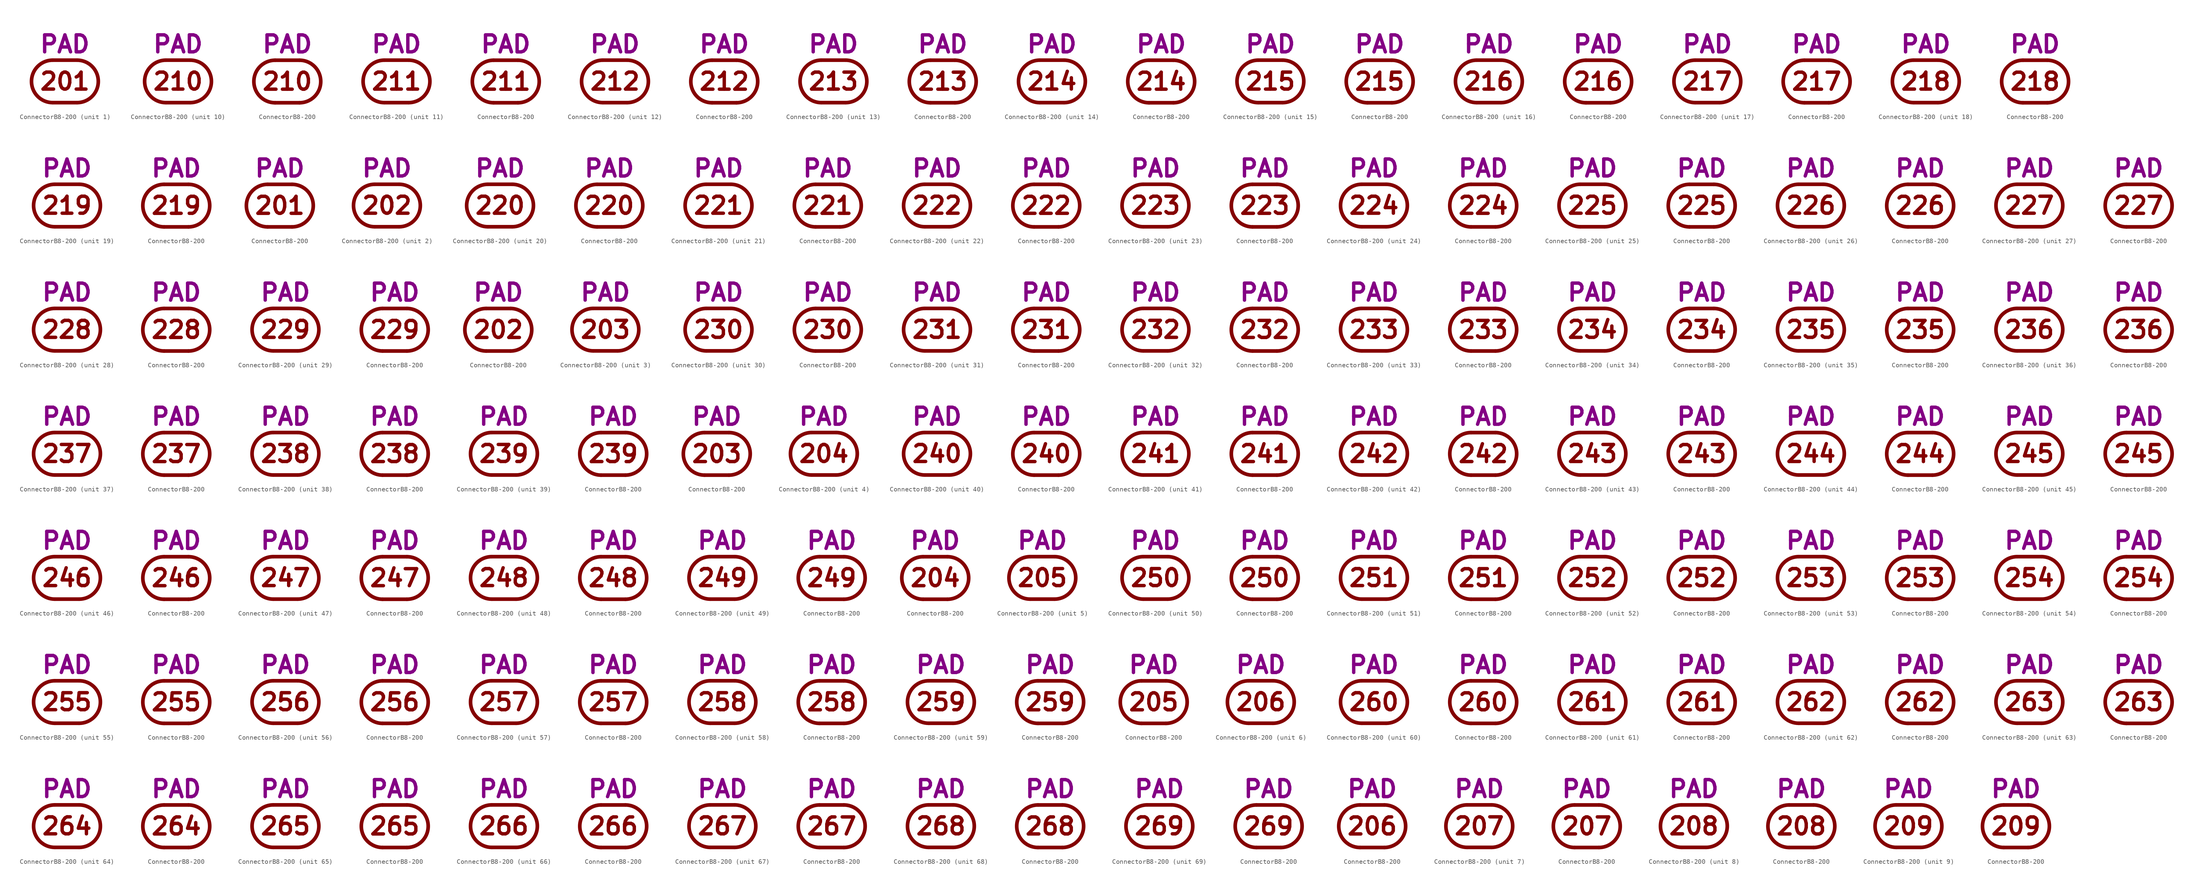
<source format=kicad_sym>
(kicad_symbol_lib
  (version 20211014)
  (generator kicad_symbol_editor)
  (symbol "ConnectorB8-200"
    (pin_numbers hide)
    (pin_names
      (offset 0) hide)
    (property "Reference" "J"
      (at 0 8.255 0)
      (effects (font (size 3.556 3.556)) hide))
    (property "Caption" "PAD"
      (at 0 5.715 0)
      (effects (font (size 3.556 3.556) bold) (justify bottom)))
    (property "ki_locked" ""
      (at 0 0 0)
      (effects (font (size 1.27 1.27))))
    (symbol "ConnectorB8-200_0_0"
      (arc (start -2.54 4.445) (mid -6.985 0) (end -2.54 -4.445) (stroke (width 0.762) (type default) (color 0 0 0 0)) (fill (type none)))
      (polyline (pts (xy -2.54 -4.445) (xy 2.54 -4.445)) (stroke (width 0.762) (type default) (color 0 0 0 0)) (fill (type none)))
      (polyline (pts (xy -2.54 4.445) (xy 2.54 4.445)) (stroke (width 0.762) (type default) (color 0 0 0 0)) (fill (type none)))
      (arc (start 2.54 -4.445) (mid 6.985 0) (end 2.54 4.445) (stroke (width 0.762) (type default) (color 0 0 0 0)) (fill (type none))))
    (symbol "ConnectorB8-200_1_0"
      (text "201" (at 0 0 0) (effects (font (size 3.556 3.556) bold))))
    (symbol "ConnectorB8-200_1_1"
      (pin passive line (at 6.985 0 180) (length 0) (name "201" (effects (font (size 3.556 3.556)))) (number "201" (effects (font (size 3.556 3.556))))))
    (symbol "ConnectorB8-200_1_2"
      (pin passive line (at 0 4.445 270) (length 0) (name "201" (effects (font (size 3.556 3.556)))) (number "201" (effects (font (size 3.556 3.556))))))
    (symbol "ConnectorB8-200_2_0"
      (text "202" (at 0 0 0) (effects (font (size 3.556 3.556) bold))))
    (symbol "ConnectorB8-200_2_1"
      (pin passive line (at 6.985 0 180) (length 0) (name "202" (effects (font (size 3.556 3.556)))) (number "202" (effects (font (size 3.556 3.556))))))
    (symbol "ConnectorB8-200_2_2"
      (pin passive line (at 0 4.445 270) (length 0) (name "202" (effects (font (size 3.556 3.556)))) (number "202" (effects (font (size 3.556 3.556))))))
    (symbol "ConnectorB8-200_3_0"
      (text "203" (at 0 0 0) (effects (font (size 3.556 3.556) bold))))
    (symbol "ConnectorB8-200_3_1"
      (pin passive line (at 6.985 0 180) (length 0) (name "203" (effects (font (size 3.556 3.556)))) (number "203" (effects (font (size 3.556 3.556))))))
    (symbol "ConnectorB8-200_3_2"
      (pin passive line (at 0 4.445 270) (length 0) (name "203" (effects (font (size 3.556 3.556)))) (number "203" (effects (font (size 3.556 3.556))))))
    (symbol "ConnectorB8-200_4_0"
      (text "204" (at 0 0 0) (effects (font (size 3.556 3.556) bold))))
    (symbol "ConnectorB8-200_4_1"
      (pin passive line (at 6.985 0 180) (length 0) (name "204" (effects (font (size 3.556 3.556)))) (number "204" (effects (font (size 3.556 3.556))))))
    (symbol "ConnectorB8-200_4_2"
      (pin passive line (at 0 4.445 270) (length 0) (name "204" (effects (font (size 3.556 3.556)))) (number "204" (effects (font (size 3.556 3.556))))))
    (symbol "ConnectorB8-200_5_0"
      (text "205" (at 0 0 0) (effects (font (size 3.556 3.556) bold))))
    (symbol "ConnectorB8-200_5_1"
      (pin passive line (at 6.985 0 180) (length 0) (name "205" (effects (font (size 3.556 3.556)))) (number "205" (effects (font (size 3.556 3.556))))))
    (symbol "ConnectorB8-200_5_2"
      (pin passive line (at 0 4.445 270) (length 0) (name "205" (effects (font (size 3.556 3.556)))) (number "205" (effects (font (size 3.556 3.556))))))
    (symbol "ConnectorB8-200_6_0"
      (text "206" (at 0 0 0) (effects (font (size 3.556 3.556) bold))))
    (symbol "ConnectorB8-200_6_1"
      (pin passive line (at 6.985 0 180) (length 0) (name "206" (effects (font (size 3.556 3.556)))) (number "206" (effects (font (size 3.556 3.556))))))
    (symbol "ConnectorB8-200_6_2"
      (pin passive line (at 0 4.445 270) (length 0) (name "206" (effects (font (size 3.556 3.556)))) (number "206" (effects (font (size 3.556 3.556))))))
    (symbol "ConnectorB8-200_7_0"
      (text "207" (at 0 0 0) (effects (font (size 3.556 3.556) bold))))
    (symbol "ConnectorB8-200_7_1"
      (pin passive line (at 6.985 0 180) (length 0) (name "207" (effects (font (size 3.556 3.556)))) (number "207" (effects (font (size 3.556 3.556))))))
    (symbol "ConnectorB8-200_7_2"
      (pin passive line (at 0 4.445 270) (length 0) (name "207" (effects (font (size 3.556 3.556)))) (number "207" (effects (font (size 3.556 3.556))))))
    (symbol "ConnectorB8-200_8_0"
      (text "208" (at 0 0 0) (effects (font (size 3.556 3.556) bold))))
    (symbol "ConnectorB8-200_8_1"
      (pin passive line (at 6.985 0 180) (length 0) (name "208" (effects (font (size 3.556 3.556)))) (number "208" (effects (font (size 3.556 3.556))))))
    (symbol "ConnectorB8-200_8_2"
      (pin passive line (at 0 4.445 270) (length 0) (name "208" (effects (font (size 3.556 3.556)))) (number "208" (effects (font (size 3.556 3.556))))))
    (symbol "ConnectorB8-200_9_0"
      (text "209" (at 0 0 0) (effects (font (size 3.556 3.556) bold))))
    (symbol "ConnectorB8-200_9_1"
      (pin passive line (at 6.985 0 180) (length 0) (name "209" (effects (font (size 3.556 3.556)))) (number "209" (effects (font (size 3.556 3.556))))))
    (symbol "ConnectorB8-200_9_2"
      (pin passive line (at 0 4.445 270) (length 0) (name "209" (effects (font (size 3.556 3.556)))) (number "209" (effects (font (size 3.556 3.556))))))
    (symbol "ConnectorB8-200_10_0"
      (text "210" (at 0 0 0) (effects (font (size 3.556 3.556) bold))))
    (symbol "ConnectorB8-200_10_1"
      (pin passive line (at 6.985 0 180) (length 0) (name "210" (effects (font (size 3.556 3.556)))) (number "210" (effects (font (size 3.556 3.556))))))
    (symbol "ConnectorB8-200_10_2"
      (pin passive line (at 0 4.445 270) (length 0) (name "210" (effects (font (size 3.556 3.556)))) (number "210" (effects (font (size 3.556 3.556))))))
    (symbol "ConnectorB8-200_11_0"
      (text "211" (at 0 0 0) (effects (font (size 3.556 3.556) bold))))
    (symbol "ConnectorB8-200_11_1"
      (pin passive line (at 6.985 0 180) (length 0) (name "211" (effects (font (size 3.556 3.556)))) (number "211" (effects (font (size 3.556 3.556))))))
    (symbol "ConnectorB8-200_11_2"
      (pin passive line (at 0 4.445 270) (length 0) (name "211" (effects (font (size 3.556 3.556)))) (number "211" (effects (font (size 3.556 3.556))))))
    (symbol "ConnectorB8-200_12_0"
      (text "212" (at 0 0 0) (effects (font (size 3.556 3.556) bold))))
    (symbol "ConnectorB8-200_12_1"
      (pin passive line (at 6.985 0 180) (length 0) (name "212" (effects (font (size 3.556 3.556)))) (number "212" (effects (font (size 3.556 3.556))))))
    (symbol "ConnectorB8-200_12_2"
      (pin passive line (at 0 4.445 270) (length 0) (name "212" (effects (font (size 3.556 3.556)))) (number "212" (effects (font (size 3.556 3.556))))))
    (symbol "ConnectorB8-200_13_0"
      (text "213" (at 0 0 0) (effects (font (size 3.556 3.556) bold))))
    (symbol "ConnectorB8-200_13_1"
      (pin passive line (at 6.985 0 180) (length 0) (name "213" (effects (font (size 3.556 3.556)))) (number "213" (effects (font (size 3.556 3.556))))))
    (symbol "ConnectorB8-200_13_2"
      (pin passive line (at 0 4.445 270) (length 0) (name "213" (effects (font (size 3.556 3.556)))) (number "213" (effects (font (size 3.556 3.556))))))
    (symbol "ConnectorB8-200_14_0"
      (text "214" (at 0 0 0) (effects (font (size 3.556 3.556) bold))))
    (symbol "ConnectorB8-200_14_1"
      (pin passive line (at 6.985 0 180) (length 0) (name "214" (effects (font (size 3.556 3.556)))) (number "214" (effects (font (size 3.556 3.556))))))
    (symbol "ConnectorB8-200_14_2"
      (pin passive line (at 0 4.445 270) (length 0) (name "214" (effects (font (size 3.556 3.556)))) (number "214" (effects (font (size 3.556 3.556))))))
    (symbol "ConnectorB8-200_15_0"
      (text "215" (at 0 0 0) (effects (font (size 3.556 3.556) bold))))
    (symbol "ConnectorB8-200_15_1"
      (pin passive line (at 6.985 0 180) (length 0) (name "215" (effects (font (size 3.556 3.556)))) (number "215" (effects (font (size 3.556 3.556))))))
    (symbol "ConnectorB8-200_15_2"
      (pin passive line (at 0 4.445 270) (length 0) (name "215" (effects (font (size 3.556 3.556)))) (number "215" (effects (font (size 3.556 3.556))))))
    (symbol "ConnectorB8-200_16_0"
      (text "216" (at 0 0 0) (effects (font (size 3.556 3.556) bold))))
    (symbol "ConnectorB8-200_16_1"
      (pin passive line (at 6.985 0 180) (length 0) (name "216" (effects (font (size 3.556 3.556)))) (number "216" (effects (font (size 3.556 3.556))))))
    (symbol "ConnectorB8-200_16_2"
      (pin passive line (at 0 4.445 270) (length 0) (name "216" (effects (font (size 3.556 3.556)))) (number "216" (effects (font (size 3.556 3.556))))))
    (symbol "ConnectorB8-200_17_0"
      (text "217" (at 0 0 0) (effects (font (size 3.556 3.556) bold))))
    (symbol "ConnectorB8-200_17_1"
      (pin passive line (at 6.985 0 180) (length 0) (name "217" (effects (font (size 3.556 3.556)))) (number "217" (effects (font (size 3.556 3.556))))))
    (symbol "ConnectorB8-200_17_2"
      (pin passive line (at 0 4.445 270) (length 0) (name "217" (effects (font (size 3.556 3.556)))) (number "217" (effects (font (size 3.556 3.556))))))
    (symbol "ConnectorB8-200_18_0"
      (text "218" (at 0 0 0) (effects (font (size 3.556 3.556) bold))))
    (symbol "ConnectorB8-200_18_1"
      (pin passive line (at 6.985 0 180) (length 0) (name "218" (effects (font (size 3.556 3.556)))) (number "218" (effects (font (size 3.556 3.556))))))
    (symbol "ConnectorB8-200_18_2"
      (pin passive line (at 0 4.445 270) (length 0) (name "218" (effects (font (size 3.556 3.556)))) (number "218" (effects (font (size 3.556 3.556))))))
    (symbol "ConnectorB8-200_19_0"
      (text "219" (at 0 0 0) (effects (font (size 3.556 3.556) bold))))
    (symbol "ConnectorB8-200_19_1"
      (pin passive line (at 6.985 0 180) (length 0) (name "219" (effects (font (size 3.556 3.556)))) (number "219" (effects (font (size 3.556 3.556))))))
    (symbol "ConnectorB8-200_19_2"
      (pin passive line (at 0 4.445 270) (length 0) (name "219" (effects (font (size 3.556 3.556)))) (number "219" (effects (font (size 3.556 3.556))))))
    (symbol "ConnectorB8-200_20_0"
      (text "220" (at 0 0 0) (effects (font (size 3.556 3.556) bold))))
    (symbol "ConnectorB8-200_20_1"
      (pin passive line (at 6.985 0 180) (length 0) (name "220" (effects (font (size 3.556 3.556)))) (number "220" (effects (font (size 3.556 3.556))))))
    (symbol "ConnectorB8-200_20_2"
      (pin passive line (at 0 4.445 270) (length 0) (name "220" (effects (font (size 3.556 3.556)))) (number "220" (effects (font (size 3.556 3.556))))))
    (symbol "ConnectorB8-200_21_0"
      (text "221" (at 0 0 0) (effects (font (size 3.556 3.556) bold))))
    (symbol "ConnectorB8-200_21_1"
      (pin passive line (at 6.985 0 180) (length 0) (name "221" (effects (font (size 3.556 3.556)))) (number "221" (effects (font (size 3.556 3.556))))))
    (symbol "ConnectorB8-200_21_2"
      (pin passive line (at 0 4.445 270) (length 0) (name "221" (effects (font (size 3.556 3.556)))) (number "221" (effects (font (size 3.556 3.556))))))
    (symbol "ConnectorB8-200_22_0"
      (text "222" (at 0 0 0) (effects (font (size 3.556 3.556) bold))))
    (symbol "ConnectorB8-200_22_1"
      (pin passive line (at 6.985 0 180) (length 0) (name "222" (effects (font (size 3.556 3.556)))) (number "222" (effects (font (size 3.556 3.556))))))
    (symbol "ConnectorB8-200_22_2"
      (pin passive line (at 0 4.445 270) (length 0) (name "222" (effects (font (size 3.556 3.556)))) (number "222" (effects (font (size 3.556 3.556))))))
    (symbol "ConnectorB8-200_23_0"
      (text "223" (at 0 0 0) (effects (font (size 3.556 3.556) bold))))
    (symbol "ConnectorB8-200_23_1"
      (pin passive line (at 6.985 0 180) (length 0) (name "223" (effects (font (size 3.556 3.556)))) (number "223" (effects (font (size 3.556 3.556))))))
    (symbol "ConnectorB8-200_23_2"
      (pin passive line (at 0 4.445 270) (length 0) (name "223" (effects (font (size 3.556 3.556)))) (number "223" (effects (font (size 3.556 3.556))))))
    (symbol "ConnectorB8-200_24_0"
      (text "224" (at 0 0 0) (effects (font (size 3.556 3.556) bold))))
    (symbol "ConnectorB8-200_24_1"
      (pin passive line (at 6.985 0 180) (length 0) (name "224" (effects (font (size 3.556 3.556)))) (number "224" (effects (font (size 3.556 3.556))))))
    (symbol "ConnectorB8-200_24_2"
      (pin passive line (at 0 4.445 270) (length 0) (name "224" (effects (font (size 3.556 3.556)))) (number "224" (effects (font (size 3.556 3.556))))))
    (symbol "ConnectorB8-200_25_0"
      (text "225" (at 0 0 0) (effects (font (size 3.556 3.556) bold))))
    (symbol "ConnectorB8-200_25_1"
      (pin passive line (at 6.985 0 180) (length 0) (name "225" (effects (font (size 3.556 3.556)))) (number "225" (effects (font (size 3.556 3.556))))))
    (symbol "ConnectorB8-200_25_2"
      (pin passive line (at 0 4.445 270) (length 0) (name "225" (effects (font (size 3.556 3.556)))) (number "225" (effects (font (size 3.556 3.556))))))
    (symbol "ConnectorB8-200_26_0"
      (text "226" (at 0 0 0) (effects (font (size 3.556 3.556) bold))))
    (symbol "ConnectorB8-200_26_1"
      (pin passive line (at 6.985 0 180) (length 0) (name "226" (effects (font (size 3.556 3.556)))) (number "226" (effects (font (size 3.556 3.556))))))
    (symbol "ConnectorB8-200_26_2"
      (pin passive line (at 0 4.445 270) (length 0) (name "226" (effects (font (size 3.556 3.556)))) (number "226" (effects (font (size 3.556 3.556))))))
    (symbol "ConnectorB8-200_27_0"
      (text "227" (at 0 0 0) (effects (font (size 3.556 3.556) bold))))
    (symbol "ConnectorB8-200_27_1"
      (pin passive line (at 6.985 0 180) (length 0) (name "227" (effects (font (size 3.556 3.556)))) (number "227" (effects (font (size 3.556 3.556))))))
    (symbol "ConnectorB8-200_27_2"
      (pin passive line (at 0 4.445 270) (length 0) (name "227" (effects (font (size 3.556 3.556)))) (number "227" (effects (font (size 3.556 3.556))))))
    (symbol "ConnectorB8-200_28_0"
      (text "228" (at 0 0 0) (effects (font (size 3.556 3.556) bold))))
    (symbol "ConnectorB8-200_28_1"
      (pin passive line (at 6.985 0 180) (length 0) (name "228" (effects (font (size 3.556 3.556)))) (number "228" (effects (font (size 3.556 3.556))))))
    (symbol "ConnectorB8-200_28_2"
      (pin passive line (at 0 4.445 270) (length 0) (name "228" (effects (font (size 3.556 3.556)))) (number "228" (effects (font (size 3.556 3.556))))))
    (symbol "ConnectorB8-200_29_0"
      (text "229" (at 0 0 0) (effects (font (size 3.556 3.556) bold))))
    (symbol "ConnectorB8-200_29_1"
      (pin passive line (at 6.985 0 180) (length 0) (name "229" (effects (font (size 3.556 3.556)))) (number "229" (effects (font (size 3.556 3.556))))))
    (symbol "ConnectorB8-200_29_2"
      (pin passive line (at 0 4.445 270) (length 0) (name "229" (effects (font (size 3.556 3.556)))) (number "229" (effects (font (size 3.556 3.556))))))
    (symbol "ConnectorB8-200_30_0"
      (text "230" (at 0 0 0) (effects (font (size 3.556 3.556) bold))))
    (symbol "ConnectorB8-200_30_1"
      (pin passive line (at 6.985 0 180) (length 0) (name "230" (effects (font (size 3.556 3.556)))) (number "230" (effects (font (size 3.556 3.556))))))
    (symbol "ConnectorB8-200_30_2"
      (pin passive line (at 0 4.445 270) (length 0) (name "230" (effects (font (size 3.556 3.556)))) (number "230" (effects (font (size 3.556 3.556))))))
    (symbol "ConnectorB8-200_31_0"
      (text "231" (at 0 0 0) (effects (font (size 3.556 3.556) bold))))
    (symbol "ConnectorB8-200_31_1"
      (pin passive line (at 6.985 0 180) (length 0) (name "231" (effects (font (size 3.556 3.556)))) (number "231" (effects (font (size 3.556 3.556))))))
    (symbol "ConnectorB8-200_31_2"
      (pin passive line (at 0 4.445 270) (length 0) (name "231" (effects (font (size 3.556 3.556)))) (number "231" (effects (font (size 3.556 3.556))))))
    (symbol "ConnectorB8-200_32_0"
      (text "232" (at 0 0 0) (effects (font (size 3.556 3.556) bold))))
    (symbol "ConnectorB8-200_32_1"
      (pin passive line (at 6.985 0 180) (length 0) (name "232" (effects (font (size 3.556 3.556)))) (number "232" (effects (font (size 3.556 3.556))))))
    (symbol "ConnectorB8-200_32_2"
      (pin passive line (at 0 4.445 270) (length 0) (name "232" (effects (font (size 3.556 3.556)))) (number "232" (effects (font (size 3.556 3.556))))))
    (symbol "ConnectorB8-200_33_0"
      (text "233" (at 0 0 0) (effects (font (size 3.556 3.556) bold))))
    (symbol "ConnectorB8-200_33_1"
      (pin passive line (at 6.985 0 180) (length 0) (name "233" (effects (font (size 3.556 3.556)))) (number "233" (effects (font (size 3.556 3.556))))))
    (symbol "ConnectorB8-200_33_2"
      (pin passive line (at 0 4.445 270) (length 0) (name "233" (effects (font (size 3.556 3.556)))) (number "233" (effects (font (size 3.556 3.556))))))
    (symbol "ConnectorB8-200_34_0"
      (text "234" (at 0 0 0) (effects (font (size 3.556 3.556) bold))))
    (symbol "ConnectorB8-200_34_1"
      (pin passive line (at 6.985 0 180) (length 0) (name "234" (effects (font (size 3.556 3.556)))) (number "234" (effects (font (size 3.556 3.556))))))
    (symbol "ConnectorB8-200_34_2"
      (pin passive line (at 0 4.445 270) (length 0) (name "234" (effects (font (size 3.556 3.556)))) (number "234" (effects (font (size 3.556 3.556))))))
    (symbol "ConnectorB8-200_35_0"
      (text "235" (at 0 0 0) (effects (font (size 3.556 3.556) bold))))
    (symbol "ConnectorB8-200_35_1"
      (pin passive line (at 6.985 0 180) (length 0) (name "235" (effects (font (size 3.556 3.556)))) (number "235" (effects (font (size 3.556 3.556))))))
    (symbol "ConnectorB8-200_35_2"
      (pin passive line (at 0 4.445 270) (length 0) (name "235" (effects (font (size 3.556 3.556)))) (number "235" (effects (font (size 3.556 3.556))))))
    (symbol "ConnectorB8-200_36_0"
      (text "236" (at 0 0 0) (effects (font (size 3.556 3.556) bold))))
    (symbol "ConnectorB8-200_36_1"
      (pin passive line (at 6.985 0 180) (length 0) (name "236" (effects (font (size 3.556 3.556)))) (number "236" (effects (font (size 3.556 3.556))))))
    (symbol "ConnectorB8-200_36_2"
      (pin passive line (at 0 4.445 270) (length 0) (name "236" (effects (font (size 3.556 3.556)))) (number "236" (effects (font (size 3.556 3.556))))))
    (symbol "ConnectorB8-200_37_0"
      (text "237" (at 0 0 0) (effects (font (size 3.556 3.556) bold))))
    (symbol "ConnectorB8-200_37_1"
      (pin passive line (at 6.985 0 180) (length 0) (name "237" (effects (font (size 3.556 3.556)))) (number "237" (effects (font (size 3.556 3.556))))))
    (symbol "ConnectorB8-200_37_2"
      (pin passive line (at 0 4.445 270) (length 0) (name "237" (effects (font (size 3.556 3.556)))) (number "237" (effects (font (size 3.556 3.556))))))
    (symbol "ConnectorB8-200_38_0"
      (text "238" (at 0 0 0) (effects (font (size 3.556 3.556) bold))))
    (symbol "ConnectorB8-200_38_1"
      (pin passive line (at 6.985 0 180) (length 0) (name "238" (effects (font (size 3.556 3.556)))) (number "238" (effects (font (size 3.556 3.556))))))
    (symbol "ConnectorB8-200_38_2"
      (pin passive line (at 0 4.445 270) (length 0) (name "238" (effects (font (size 3.556 3.556)))) (number "238" (effects (font (size 3.556 3.556))))))
    (symbol "ConnectorB8-200_39_0"
      (text "239" (at 0 0 0) (effects (font (size 3.556 3.556) bold))))
    (symbol "ConnectorB8-200_39_1"
      (pin passive line (at 6.985 0 180) (length 0) (name "239" (effects (font (size 3.556 3.556)))) (number "239" (effects (font (size 3.556 3.556))))))
    (symbol "ConnectorB8-200_39_2"
      (pin passive line (at 0 4.445 270) (length 0) (name "239" (effects (font (size 3.556 3.556)))) (number "239" (effects (font (size 3.556 3.556))))))
    (symbol "ConnectorB8-200_40_0"
      (text "240" (at 0 0 0) (effects (font (size 3.556 3.556) bold))))
    (symbol "ConnectorB8-200_40_1"
      (pin passive line (at 6.985 0 180) (length 0) (name "240" (effects (font (size 3.556 3.556)))) (number "240" (effects (font (size 3.556 3.556))))))
    (symbol "ConnectorB8-200_40_2"
      (pin passive line (at 0 4.445 270) (length 0) (name "240" (effects (font (size 3.556 3.556)))) (number "240" (effects (font (size 3.556 3.556))))))
    (symbol "ConnectorB8-200_41_0"
      (text "241" (at 0 0 0) (effects (font (size 3.556 3.556) bold))))
    (symbol "ConnectorB8-200_41_1"
      (pin passive line (at 6.985 0 180) (length 0) (name "241" (effects (font (size 3.556 3.556)))) (number "241" (effects (font (size 3.556 3.556))))))
    (symbol "ConnectorB8-200_41_2"
      (pin passive line (at 0 4.445 270) (length 0) (name "241" (effects (font (size 3.556 3.556)))) (number "241" (effects (font (size 3.556 3.556))))))
    (symbol "ConnectorB8-200_42_0"
      (text "242" (at 0 0 0) (effects (font (size 3.556 3.556) bold))))
    (symbol "ConnectorB8-200_42_1"
      (pin passive line (at 6.985 0 180) (length 0) (name "242" (effects (font (size 3.556 3.556)))) (number "242" (effects (font (size 3.556 3.556))))))
    (symbol "ConnectorB8-200_42_2"
      (pin passive line (at 0 4.445 270) (length 0) (name "242" (effects (font (size 3.556 3.556)))) (number "242" (effects (font (size 3.556 3.556))))))
    (symbol "ConnectorB8-200_43_0"
      (text "243" (at 0 0 0) (effects (font (size 3.556 3.556) bold))))
    (symbol "ConnectorB8-200_43_1"
      (pin passive line (at 6.985 0 180) (length 0) (name "243" (effects (font (size 3.556 3.556)))) (number "243" (effects (font (size 3.556 3.556))))))
    (symbol "ConnectorB8-200_43_2"
      (pin passive line (at 0 4.445 270) (length 0) (name "243" (effects (font (size 3.556 3.556)))) (number "243" (effects (font (size 3.556 3.556))))))
    (symbol "ConnectorB8-200_44_0"
      (text "244" (at 0 0 0) (effects (font (size 3.556 3.556) bold))))
    (symbol "ConnectorB8-200_44_1"
      (pin passive line (at 6.985 0 180) (length 0) (name "244" (effects (font (size 3.556 3.556)))) (number "244" (effects (font (size 3.556 3.556))))))
    (symbol "ConnectorB8-200_44_2"
      (pin passive line (at 0 4.445 270) (length 0) (name "244" (effects (font (size 3.556 3.556)))) (number "244" (effects (font (size 3.556 3.556))))))
    (symbol "ConnectorB8-200_45_0"
      (text "245" (at 0 0 0) (effects (font (size 3.556 3.556) bold))))
    (symbol "ConnectorB8-200_45_1"
      (pin passive line (at 6.985 0 180) (length 0) (name "245" (effects (font (size 3.556 3.556)))) (number "245" (effects (font (size 3.556 3.556))))))
    (symbol "ConnectorB8-200_45_2"
      (pin passive line (at 0 4.445 270) (length 0) (name "245" (effects (font (size 3.556 3.556)))) (number "245" (effects (font (size 3.556 3.556))))))
    (symbol "ConnectorB8-200_46_0"
      (text "246" (at 0 0 0) (effects (font (size 3.556 3.556) bold))))
    (symbol "ConnectorB8-200_46_1"
      (pin passive line (at 6.985 0 180) (length 0) (name "246" (effects (font (size 3.556 3.556)))) (number "246" (effects (font (size 3.556 3.556))))))
    (symbol "ConnectorB8-200_46_2"
      (pin passive line (at 0 4.445 270) (length 0) (name "246" (effects (font (size 3.556 3.556)))) (number "246" (effects (font (size 3.556 3.556))))))
    (symbol "ConnectorB8-200_47_0"
      (text "247" (at 0 0 0) (effects (font (size 3.556 3.556) bold))))
    (symbol "ConnectorB8-200_47_1"
      (pin passive line (at 6.985 0 180) (length 0) (name "247" (effects (font (size 3.556 3.556)))) (number "247" (effects (font (size 3.556 3.556))))))
    (symbol "ConnectorB8-200_47_2"
      (pin passive line (at 0 4.445 270) (length 0) (name "247" (effects (font (size 3.556 3.556)))) (number "247" (effects (font (size 3.556 3.556))))))
    (symbol "ConnectorB8-200_48_0"
      (text "248" (at 0 0 0) (effects (font (size 3.556 3.556) bold))))
    (symbol "ConnectorB8-200_48_1"
      (pin passive line (at 6.985 0 180) (length 0) (name "248" (effects (font (size 3.556 3.556)))) (number "248" (effects (font (size 3.556 3.556))))))
    (symbol "ConnectorB8-200_48_2"
      (pin passive line (at 0 4.445 270) (length 0) (name "248" (effects (font (size 3.556 3.556)))) (number "248" (effects (font (size 3.556 3.556))))))
    (symbol "ConnectorB8-200_49_0"
      (text "249" (at 0 0 0) (effects (font (size 3.556 3.556) bold))))
    (symbol "ConnectorB8-200_49_1"
      (pin passive line (at 6.985 0 180) (length 0) (name "249" (effects (font (size 3.556 3.556)))) (number "249" (effects (font (size 3.556 3.556))))))
    (symbol "ConnectorB8-200_49_2"
      (pin passive line (at 0 4.445 270) (length 0) (name "249" (effects (font (size 3.556 3.556)))) (number "249" (effects (font (size 3.556 3.556))))))
    (symbol "ConnectorB8-200_50_0"
      (text "250" (at 0 0 0) (effects (font (size 3.556 3.556) bold))))
    (symbol "ConnectorB8-200_50_1"
      (pin passive line (at 6.985 0 180) (length 0) (name "250" (effects (font (size 3.556 3.556)))) (number "250" (effects (font (size 3.556 3.556))))))
    (symbol "ConnectorB8-200_50_2"
      (pin passive line (at 0 4.445 270) (length 0) (name "250" (effects (font (size 3.556 3.556)))) (number "250" (effects (font (size 3.556 3.556))))))
    (symbol "ConnectorB8-200_51_0"
      (text "251" (at 0 0 0) (effects (font (size 3.556 3.556) bold))))
    (symbol "ConnectorB8-200_51_1"
      (pin passive line (at 6.985 0 180) (length 0) (name "251" (effects (font (size 3.556 3.556)))) (number "251" (effects (font (size 3.556 3.556))))))
    (symbol "ConnectorB8-200_51_2"
      (pin passive line (at 0 4.445 270) (length 0) (name "251" (effects (font (size 3.556 3.556)))) (number "251" (effects (font (size 3.556 3.556))))))
    (symbol "ConnectorB8-200_52_0"
      (text "252" (at 0 0 0) (effects (font (size 3.556 3.556) bold))))
    (symbol "ConnectorB8-200_52_1"
      (pin passive line (at 6.985 0 180) (length 0) (name "252" (effects (font (size 3.556 3.556)))) (number "252" (effects (font (size 3.556 3.556))))))
    (symbol "ConnectorB8-200_52_2"
      (pin passive line (at 0 4.445 270) (length 0) (name "252" (effects (font (size 3.556 3.556)))) (number "252" (effects (font (size 3.556 3.556))))))
    (symbol "ConnectorB8-200_53_0"
      (text "253" (at 0 0 0) (effects (font (size 3.556 3.556) bold))))
    (symbol "ConnectorB8-200_53_1"
      (pin passive line (at 6.985 0 180) (length 0) (name "253" (effects (font (size 3.556 3.556)))) (number "253" (effects (font (size 3.556 3.556))))))
    (symbol "ConnectorB8-200_53_2"
      (pin passive line (at 0 4.445 270) (length 0) (name "253" (effects (font (size 3.556 3.556)))) (number "253" (effects (font (size 3.556 3.556))))))
    (symbol "ConnectorB8-200_54_0"
      (text "254" (at 0 0 0) (effects (font (size 3.556 3.556) bold))))
    (symbol "ConnectorB8-200_54_1"
      (pin passive line (at 6.985 0 180) (length 0) (name "254" (effects (font (size 3.556 3.556)))) (number "254" (effects (font (size 3.556 3.556))))))
    (symbol "ConnectorB8-200_54_2"
      (pin passive line (at 0 4.445 270) (length 0) (name "254" (effects (font (size 3.556 3.556)))) (number "254" (effects (font (size 3.556 3.556))))))
    (symbol "ConnectorB8-200_55_0"
      (text "255" (at 0 0 0) (effects (font (size 3.556 3.556) bold))))
    (symbol "ConnectorB8-200_55_1"
      (pin passive line (at 6.985 0 180) (length 0) (name "255" (effects (font (size 3.556 3.556)))) (number "255" (effects (font (size 3.556 3.556))))))
    (symbol "ConnectorB8-200_55_2"
      (pin passive line (at 0 4.445 270) (length 0) (name "255" (effects (font (size 3.556 3.556)))) (number "255" (effects (font (size 3.556 3.556))))))
    (symbol "ConnectorB8-200_56_0"
      (text "256" (at 0 0 0) (effects (font (size 3.556 3.556) bold))))
    (symbol "ConnectorB8-200_56_1"
      (pin passive line (at 6.985 0 180) (length 0) (name "256" (effects (font (size 3.556 3.556)))) (number "256" (effects (font (size 3.556 3.556))))))
    (symbol "ConnectorB8-200_56_2"
      (pin passive line (at 0 4.445 270) (length 0) (name "256" (effects (font (size 3.556 3.556)))) (number "256" (effects (font (size 3.556 3.556))))))
    (symbol "ConnectorB8-200_57_0"
      (text "257" (at 0 0 0) (effects (font (size 3.556 3.556) bold))))
    (symbol "ConnectorB8-200_57_1"
      (pin passive line (at 6.985 0 180) (length 0) (name "257" (effects (font (size 3.556 3.556)))) (number "257" (effects (font (size 3.556 3.556))))))
    (symbol "ConnectorB8-200_57_2"
      (pin passive line (at 0 4.445 270) (length 0) (name "257" (effects (font (size 3.556 3.556)))) (number "257" (effects (font (size 3.556 3.556))))))
    (symbol "ConnectorB8-200_58_0"
      (text "258" (at 0 0 0) (effects (font (size 3.556 3.556) bold))))
    (symbol "ConnectorB8-200_58_1"
      (pin passive line (at 6.985 0 180) (length 0) (name "258" (effects (font (size 3.556 3.556)))) (number "258" (effects (font (size 3.556 3.556))))))
    (symbol "ConnectorB8-200_58_2"
      (pin passive line (at 0 4.445 270) (length 0) (name "258" (effects (font (size 3.556 3.556)))) (number "258" (effects (font (size 3.556 3.556))))))
    (symbol "ConnectorB8-200_59_0"
      (text "259" (at 0 0 0) (effects (font (size 3.556 3.556) bold))))
    (symbol "ConnectorB8-200_59_1"
      (pin passive line (at 6.985 0 180) (length 0) (name "259" (effects (font (size 3.556 3.556)))) (number "259" (effects (font (size 3.556 3.556))))))
    (symbol "ConnectorB8-200_59_2"
      (pin passive line (at 0 4.445 270) (length 0) (name "259" (effects (font (size 3.556 3.556)))) (number "259" (effects (font (size 3.556 3.556))))))
    (symbol "ConnectorB8-200_60_0"
      (text "260" (at 0 0 0) (effects (font (size 3.556 3.556) bold))))
    (symbol "ConnectorB8-200_60_1"
      (pin passive line (at 6.985 0 180) (length 0) (name "260" (effects (font (size 3.556 3.556)))) (number "260" (effects (font (size 3.556 3.556))))))
    (symbol "ConnectorB8-200_60_2"
      (pin passive line (at 0 4.445 270) (length 0) (name "260" (effects (font (size 3.556 3.556)))) (number "260" (effects (font (size 3.556 3.556))))))
    (symbol "ConnectorB8-200_61_0"
      (text "261" (at 0 0 0) (effects (font (size 3.556 3.556) bold))))
    (symbol "ConnectorB8-200_61_1"
      (pin passive line (at 6.985 0 180) (length 0) (name "261" (effects (font (size 3.556 3.556)))) (number "261" (effects (font (size 3.556 3.556))))))
    (symbol "ConnectorB8-200_61_2"
      (pin passive line (at 0 4.445 270) (length 0) (name "261" (effects (font (size 3.556 3.556)))) (number "261" (effects (font (size 3.556 3.556))))))
    (symbol "ConnectorB8-200_62_0"
      (text "262" (at 0 0 0) (effects (font (size 3.556 3.556) bold))))
    (symbol "ConnectorB8-200_62_1"
      (pin passive line (at 6.985 0 180) (length 0) (name "262" (effects (font (size 3.556 3.556)))) (number "262" (effects (font (size 3.556 3.556))))))
    (symbol "ConnectorB8-200_62_2"
      (pin passive line (at 0 4.445 270) (length 0) (name "262" (effects (font (size 3.556 3.556)))) (number "262" (effects (font (size 3.556 3.556))))))
    (symbol "ConnectorB8-200_63_0"
      (text "263" (at 0 0 0) (effects (font (size 3.556 3.556) bold))))
    (symbol "ConnectorB8-200_63_1"
      (pin passive line (at 6.985 0 180) (length 0) (name "263" (effects (font (size 3.556 3.556)))) (number "263" (effects (font (size 3.556 3.556))))))
    (symbol "ConnectorB8-200_63_2"
      (pin passive line (at 0 4.445 270) (length 0) (name "263" (effects (font (size 3.556 3.556)))) (number "263" (effects (font (size 3.556 3.556))))))
    (symbol "ConnectorB8-200_64_0"
      (text "264" (at 0 0 0) (effects (font (size 3.556 3.556) bold))))
    (symbol "ConnectorB8-200_64_1"
      (pin passive line (at 6.985 0 180) (length 0) (name "264" (effects (font (size 3.556 3.556)))) (number "264" (effects (font (size 3.556 3.556))))))
    (symbol "ConnectorB8-200_64_2"
      (pin passive line (at 0 4.445 270) (length 0) (name "264" (effects (font (size 3.556 3.556)))) (number "264" (effects (font (size 3.556 3.556))))))
    (symbol "ConnectorB8-200_65_0"
      (text "265" (at 0 0 0) (effects (font (size 3.556 3.556) bold))))
    (symbol "ConnectorB8-200_65_1"
      (pin passive line (at 6.985 0 180) (length 0) (name "265" (effects (font (size 3.556 3.556)))) (number "265" (effects (font (size 3.556 3.556))))))
    (symbol "ConnectorB8-200_65_2"
      (pin passive line (at 0 4.445 270) (length 0) (name "265" (effects (font (size 3.556 3.556)))) (number "265" (effects (font (size 3.556 3.556))))))
    (symbol "ConnectorB8-200_66_0"
      (text "266" (at 0 0 0) (effects (font (size 3.556 3.556) bold))))
    (symbol "ConnectorB8-200_66_1"
      (pin passive line (at 6.985 0 180) (length 0) (name "266" (effects (font (size 3.556 3.556)))) (number "266" (effects (font (size 3.556 3.556))))))
    (symbol "ConnectorB8-200_66_2"
      (pin passive line (at 0 4.445 270) (length 0) (name "266" (effects (font (size 3.556 3.556)))) (number "266" (effects (font (size 3.556 3.556))))))
    (symbol "ConnectorB8-200_67_0"
      (text "267" (at 0 0 0) (effects (font (size 3.556 3.556) bold))))
    (symbol "ConnectorB8-200_67_1"
      (pin passive line (at 6.985 0 180) (length 0) (name "267" (effects (font (size 3.556 3.556)))) (number "267" (effects (font (size 3.556 3.556))))))
    (symbol "ConnectorB8-200_67_2"
      (pin passive line (at 0 4.445 270) (length 0) (name "267" (effects (font (size 3.556 3.556)))) (number "267" (effects (font (size 3.556 3.556))))))
    (symbol "ConnectorB8-200_68_0"
      (text "268" (at 0 0 0) (effects (font (size 3.556 3.556) bold))))
    (symbol "ConnectorB8-200_68_1"
      (pin passive line (at 6.985 0 180) (length 0) (name "268" (effects (font (size 3.556 3.556)))) (number "268" (effects (font (size 3.556 3.556))))))
    (symbol "ConnectorB8-200_68_2"
      (pin passive line (at 0 4.445 270) (length 0) (name "268" (effects (font (size 3.556 3.556)))) (number "268" (effects (font (size 3.556 3.556))))))
    (symbol "ConnectorB8-200_69_0"
      (text "269" (at 0 0 0) (effects (font (size 3.556 3.556) bold))))
    (symbol "ConnectorB8-200_69_1"
      (pin passive line (at 6.985 0 180) (length 0) (name "269" (effects (font (size 3.556 3.556)))) (number "269" (effects (font (size 3.556 3.556))))))
    (symbol "ConnectorB8-200_69_2"
      (pin passive line (at 0 4.445 270) (length 0) (name "269" (effects (font (size 3.556 3.556)))) (number "269" (effects (font (size 3.556 3.556))))))))
</source>
